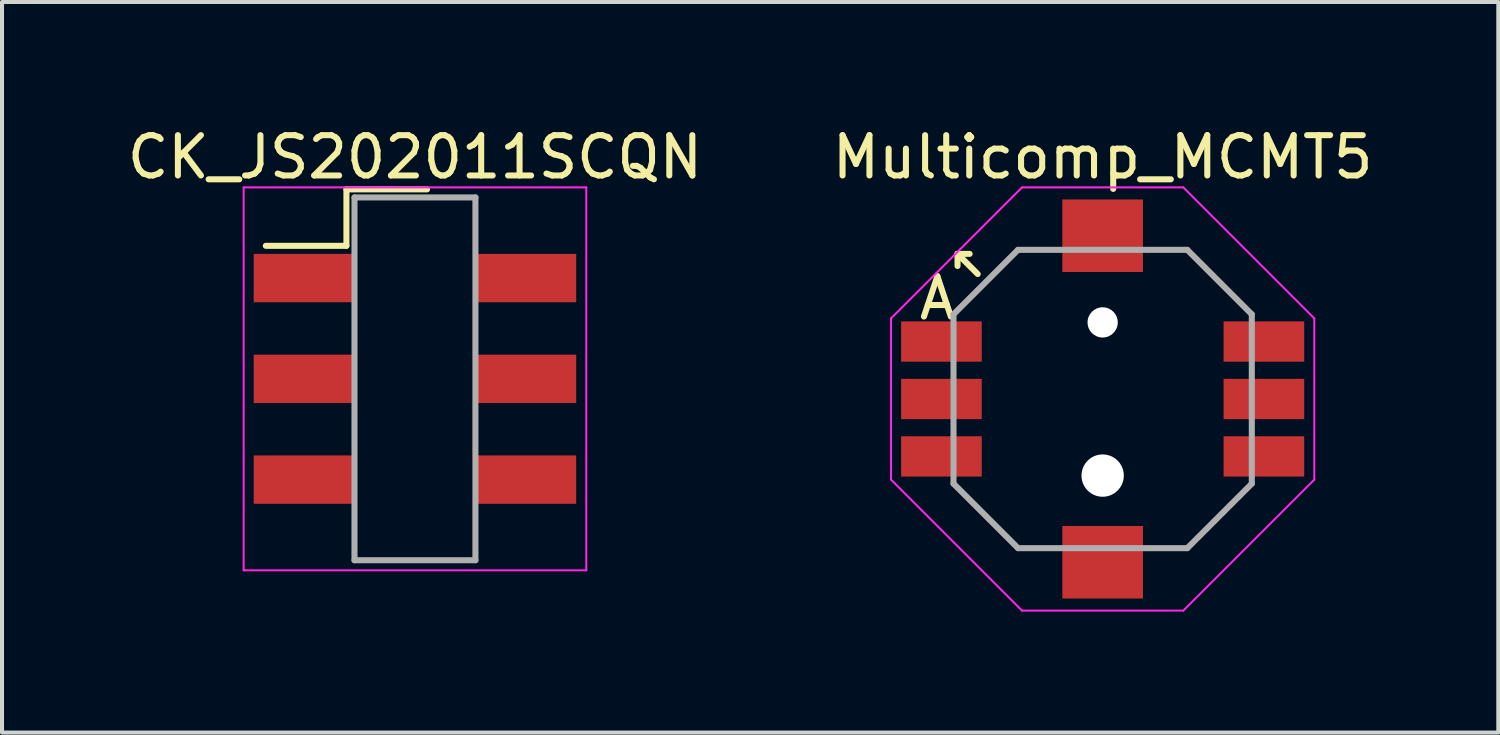
<source format=kicad_pcb>
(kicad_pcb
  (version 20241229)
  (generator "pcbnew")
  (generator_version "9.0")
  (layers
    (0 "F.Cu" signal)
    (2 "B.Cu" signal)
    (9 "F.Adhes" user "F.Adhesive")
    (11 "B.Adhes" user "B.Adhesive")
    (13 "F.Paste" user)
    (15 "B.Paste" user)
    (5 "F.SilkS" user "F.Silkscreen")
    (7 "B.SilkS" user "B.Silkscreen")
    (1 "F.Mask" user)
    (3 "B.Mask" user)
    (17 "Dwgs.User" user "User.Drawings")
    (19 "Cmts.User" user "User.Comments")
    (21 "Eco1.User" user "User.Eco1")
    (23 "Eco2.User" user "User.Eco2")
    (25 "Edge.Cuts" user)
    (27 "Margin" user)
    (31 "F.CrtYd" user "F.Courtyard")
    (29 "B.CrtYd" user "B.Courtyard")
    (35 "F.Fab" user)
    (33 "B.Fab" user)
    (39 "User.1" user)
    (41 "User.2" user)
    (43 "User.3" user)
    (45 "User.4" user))
  (footprint "CK_JS202011SCQN"
    (layer "F.Cu")
    (at 7.244 6.348)
    (property "Reference" "CK_JS202011SCQN" (at 0 -5.5 0) (layer "F.SilkS") (effects (font (size 1 1) (thickness 0.15))))
    (attr smd)
    (fp_line (start -1.7 -4.7) (end -1.7 -3.3) (stroke (width 0.15) (type solid)) (layer "F.SilkS"))
    (fp_line (start -1.7 -3.3) (end -3.7 -3.3) (stroke (width 0.15) (type solid)) (layer "F.SilkS"))
    (fp_line (start 0.3 -4.7) (end -1.7 -4.7) (stroke (width 0.15) (type solid)) (layer "F.SilkS"))
    (fp_line (start -4.25 -4.75) (end 4.25 -4.75) (stroke (width 0.05) (type solid)) (layer "F.CrtYd"))
    (fp_line (start -4.25 4.75) (end -4.25 -4.75) (stroke (width 0.05) (type solid)) (layer "F.CrtYd"))
    (fp_line (start 4.25 -4.75) (end 4.25 4.75) (stroke (width 0.05) (type solid)) (layer "F.CrtYd"))
    (fp_line (start 4.25 4.75) (end -4.25 4.75) (stroke (width 0.05) (type solid)) (layer "F.CrtYd"))
    (fp_line (start -1.5 -4.5) (end 1.5 -4.5) (stroke (width 0.15) (type solid)) (layer "F.Fab"))
    (fp_line (start -1.5 4.5) (end -1.5 -4.5) (stroke (width 0.15) (type solid)) (layer "F.Fab"))
    (fp_line (start 1.5 -4.5) (end 1.5 4.5) (stroke (width 0.15) (type solid)) (layer "F.Fab"))
    (fp_line (start 1.5 4.5) (end -1.5 4.5) (stroke (width 0.15) (type solid)) (layer "F.Fab"))
    (pad "1" smd rect (at -2.75 -2.5 270) (size 1.2 2.5) (layers "F.Cu" "F.Mask" "F.Paste"))
    (pad "2" smd rect (at -2.75 0 270) (size 1.2 2.5) (layers "F.Cu" "F.Mask" "F.Paste"))
    (pad "3" smd rect (at -2.75 2.5 270) (size 1.2 2.5) (layers "F.Cu" "F.Mask" "F.Paste"))
    (pad "4" smd rect (at 2.75 -2.5 270) (size 1.2 2.5) (layers "F.Cu" "F.Mask" "F.Paste"))
    (pad "5" smd rect (at 2.75 0 270) (size 1.2 2.5) (layers "F.Cu" "F.Mask" "F.Paste"))
    (pad "6" smd rect (at 2.75 2.5 270) (size 1.2 2.5) (layers "F.Cu" "F.Mask" "F.Paste")))
  (footprint "Multicomp_MCMT5"
    (layer "F.Cu")
    (at 24.304 6.848)
    (property "Reference" "Multicomp_MCMT5" (at 0 -6 0) (layer "F.SilkS") (effects (font (size 1 1) (thickness 0.15))))
    (attr smd)
    (fp_line (start -3.6 -3.6) (end -3.6 -3.3) (stroke (width 0.15) (type solid)) (layer "F.SilkS"))
    (fp_line (start -3.6 -3.6) (end -3.3 -3.6) (stroke (width 0.15) (type solid)) (layer "F.SilkS"))
    (fp_line (start -3.6 -3.6) (end -3.1 -3.1) (stroke (width 0.15) (type solid)) (layer "F.SilkS"))
    (fp_line (start -5.25 -2) (end -2 -5.25) (stroke (width 0.05) (type solid)) (layer "F.CrtYd"))
    (fp_line (start -5.25 2) (end -5.25 -2) (stroke (width 0.05) (type solid)) (layer "F.CrtYd"))
    (fp_line (start -2 -5.25) (end 2 -5.25) (stroke (width 0.05) (type solid)) (layer "F.CrtYd"))
    (fp_line (start -2 5.25) (end -5.25 2) (stroke (width 0.05) (type solid)) (layer "F.CrtYd"))
    (fp_line (start 2 -5.25) (end 5.25 -2) (stroke (width 0.05) (type solid)) (layer "F.CrtYd"))
    (fp_line (start 2 5.25) (end -2 5.25) (stroke (width 0.05) (type solid)) (layer "F.CrtYd"))
    (fp_line (start 5.25 -2) (end 5.25 2) (stroke (width 0.05) (type solid)) (layer "F.CrtYd"))
    (fp_line (start 5.25 2) (end 2 5.25) (stroke (width 0.05) (type solid)) (layer "F.CrtYd"))
    (fp_line (start -3.7 -2.1) (end -2.1 -3.7) (stroke (width 0.15) (type solid)) (layer "F.Fab"))
    (fp_line (start -3.7 2.1) (end -3.7 -2.1) (stroke (width 0.15) (type solid)) (layer "F.Fab"))
    (fp_line (start -2.1 -3.7) (end 2.1 -3.7) (stroke (width 0.15) (type solid)) (layer "F.Fab"))
    (fp_line (start -2.1 3.7) (end -3.7 2.1) (stroke (width 0.15) (type solid)) (layer "F.Fab"))
    (fp_line (start 2.1 -3.7) (end 3.7 -2.1) (stroke (width 0.15) (type solid)) (layer "F.Fab"))
    (fp_line (start 2.1 3.7) (end -2.1 3.7) (stroke (width 0.15) (type solid)) (layer "F.Fab"))
    (fp_line (start 3.7 -2.1) (end 3.7 2.1) (stroke (width 0.15) (type solid)) (layer "F.Fab"))
    (fp_line (start 3.7 2.1) (end 2.1 3.7) (stroke (width 0.15) (type solid)) (layer "F.Fab"))
    (fp_text user "A" (at -4.1 -2.5 0) (layer "F.SilkS") (effects (font (size 1 1) (thickness 0.15))))
    (pad "" np_thru_hole circle (at 0 -1.9) (size 0.75 0.75) (drill 0.75) (layers "*.Cu" "*.Mask"))
    (pad "" np_thru_hole circle (at 0 1.9) (size 1.05 1.05) (drill 1.05) (layers "*.Cu" "*.Mask"))
    (pad "1" smd rect (at -4 -1.425) (size 2 1) (layers "F.Cu" "F.Mask" "F.Paste"))
    (pad "2" smd rect (at -4 0) (size 2 1) (layers "F.Cu" "F.Mask" "F.Paste"))
    (pad "3" smd rect (at -4 1.425) (size 2 1) (layers "F.Cu" "F.Mask" "F.Paste"))
    (pad "4" smd rect (at 4 -1.425) (size 2 1) (layers "F.Cu" "F.Mask" "F.Paste"))
    (pad "5" smd rect (at 4 0) (size 2 1) (layers "F.Cu" "F.Mask" "F.Paste"))
    (pad "6" smd rect (at 4 1.425) (size 2 1) (layers "F.Cu" "F.Mask" "F.Paste"))
    (pad "7" smd rect (at 0 -4.05) (size 2 1.8) (layers "F.Cu" "F.Mask" "F.Paste"))
    (pad "7" smd rect (at 0 4.05) (size 2 1.8) (layers "F.Cu" "F.Mask" "F.Paste")))
  (gr_rect
    (start -3 -3)
    (end 34.119 15.123)
    (stroke (width 0.1) (type default))
    (fill no)
    (layer "Edge.Cuts")))
</source>
